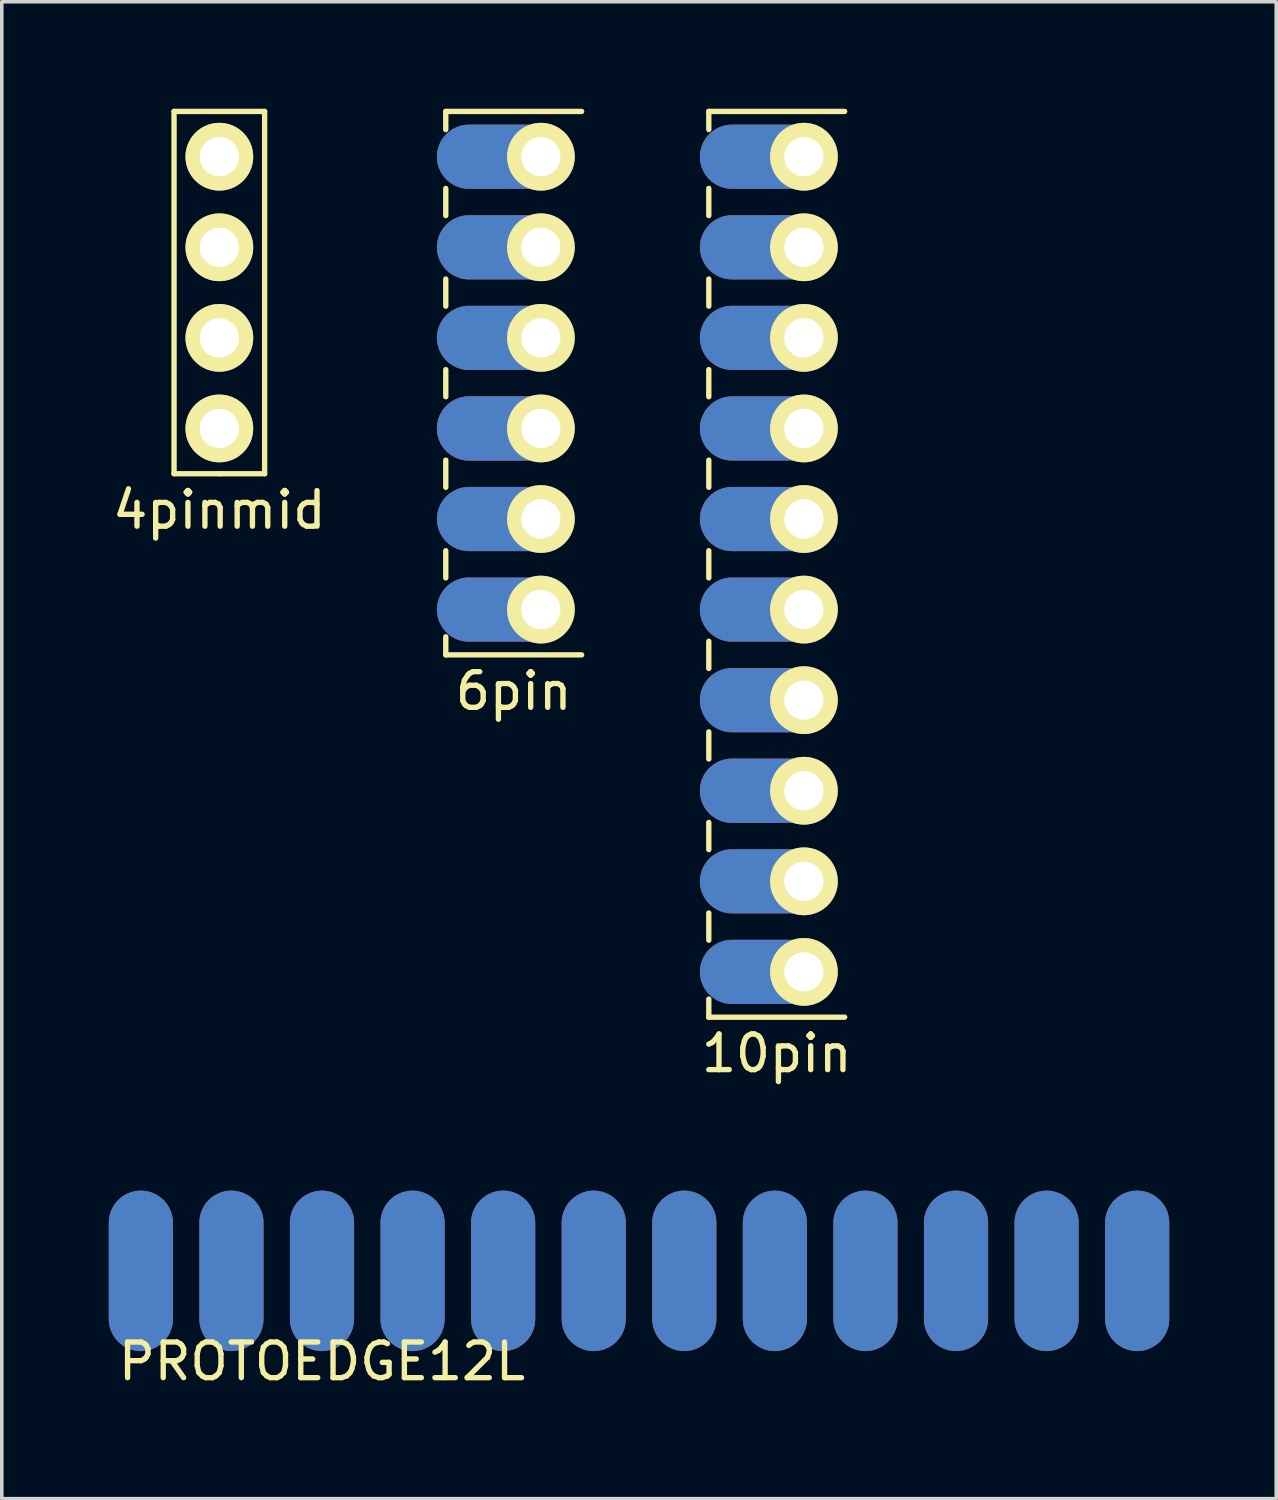
<source format=kicad_pcb>
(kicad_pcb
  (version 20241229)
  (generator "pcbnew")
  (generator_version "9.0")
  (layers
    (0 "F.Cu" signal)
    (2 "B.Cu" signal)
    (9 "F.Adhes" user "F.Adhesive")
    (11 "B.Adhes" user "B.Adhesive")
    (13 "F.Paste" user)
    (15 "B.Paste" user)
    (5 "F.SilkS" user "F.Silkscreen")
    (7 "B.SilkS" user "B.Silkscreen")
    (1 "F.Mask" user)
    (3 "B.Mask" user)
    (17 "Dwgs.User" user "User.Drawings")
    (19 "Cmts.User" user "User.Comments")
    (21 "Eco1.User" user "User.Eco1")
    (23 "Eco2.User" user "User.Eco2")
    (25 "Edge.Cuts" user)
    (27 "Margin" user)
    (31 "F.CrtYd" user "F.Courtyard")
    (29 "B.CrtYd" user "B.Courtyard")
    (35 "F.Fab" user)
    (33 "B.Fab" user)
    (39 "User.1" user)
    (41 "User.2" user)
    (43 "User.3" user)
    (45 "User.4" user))
  (footprint "6pin"
    (layer "F.Cu")
    (at 13.261 14.045)
    (property "Reference" "6pin" (at -1.905 2.286 0) (layer "F.SilkS") (effects (font (size 1 1) (thickness 0.15))))
    (attr through_hole)
    (fp_line (start -3.81 -13.97) (end -3.81 -13.462) (stroke (width 0.15) (type solid)) (layer "F.SilkS"))
    (fp_line (start -3.81 -11.811) (end -3.81 -11.049) (stroke (width 0.15) (type solid)) (layer "F.SilkS"))
    (fp_line (start -3.81 -9.271) (end -3.81 -8.509) (stroke (width 0.15) (type solid)) (layer "F.SilkS"))
    (fp_line (start -3.81 -6.731) (end -3.81 -5.969) (stroke (width 0.15) (type solid)) (layer "F.SilkS"))
    (fp_line (start -3.81 -4.191) (end -3.81 -3.429) (stroke (width 0.15) (type solid)) (layer "F.SilkS"))
    (fp_line (start -3.81 -1.651) (end -3.81 -0.889) (stroke (width 0.15) (type solid)) (layer "F.SilkS"))
    (fp_line (start -3.81 1.27) (end -3.81 0.762) (stroke (width 0.15) (type solid)) (layer "F.SilkS"))
    (fp_line (start 0 -13.97) (end -3.81 -13.97) (stroke (width 0.15) (type solid)) (layer "F.SilkS"))
    (fp_line (start 0 1.27) (end -3.81 1.27) (stroke (width 0.15) (type solid)) (layer "F.SilkS"))
    (pad "1" smd oval (at -2.159 0) (size 3.8 1.8) (layers "F.Cu" "F.Mask" "F.Paste"))
    (pad "1" smd oval (at -2.159 0) (size 3.8 1.8) (layers "B.Cu" "B.Mask" "B.Paste"))
    (pad "1" thru_hole circle (at -1.143 0) (size 1.9 1.9) (drill 1.1) (layers "*.Cu" "*.Mask" "F.SilkS"))
    (pad "2" smd oval (at -2.159 -2.54) (size 3.8 1.8) (layers "F.Cu" "F.Mask" "F.Paste"))
    (pad "2" smd oval (at -2.159 -2.54) (size 3.8 1.8) (layers "B.Cu" "B.Mask" "B.Paste"))
    (pad "2" thru_hole circle (at -1.143 -2.54) (size 1.9 1.9) (drill 1.1) (layers "*.Cu" "*.Mask" "F.SilkS"))
    (pad "3" smd oval (at -2.159 -5.08) (size 3.8 1.8) (layers "F.Cu" "F.Mask" "F.Paste"))
    (pad "3" smd oval (at -2.159 -5.08) (size 3.8 1.8) (layers "F.Cu" "F.Mask" "F.Paste"))
    (pad "3" smd oval (at -2.159 -5.08) (size 3.8 1.8) (layers "B.Cu" "B.Mask" "B.Paste"))
    (pad "3" thru_hole circle (at -1.143 -5.08) (size 1.9 1.9) (drill 1.1) (layers "*.Cu" "*.Mask" "F.SilkS"))
    (pad "4" smd oval (at -2.159 -7.62) (size 3.8 1.8) (layers "F.Cu" "F.Mask" "F.Paste"))
    (pad "4" smd oval (at -2.159 -7.62) (size 3.8 1.8) (layers "B.Cu" "B.Mask" "B.Paste"))
    (pad "4" thru_hole circle (at -1.143 -7.62) (size 1.9 1.9) (drill 1.1) (layers "*.Cu" "*.Mask" "F.SilkS"))
    (pad "5" smd oval (at -2.159 -10.16) (size 3.8 1.8) (layers "F.Cu" "F.Mask" "F.Paste"))
    (pad "5" smd oval (at -2.159 -10.16) (size 3.8 1.8) (layers "B.Cu" "B.Mask" "B.Paste"))
    (pad "5" thru_hole circle (at -1.143 -10.16) (size 1.9 1.9) (drill 1.1) (layers "*.Cu" "*.Mask" "F.SilkS"))
    (pad "6" smd oval (at -2.159 -12.7) (size 3.8 1.8) (layers "F.Cu" "F.Mask" "F.Paste"))
    (pad "6" smd oval (at -2.159 -12.7) (size 3.8 1.8) (layers "B.Cu" "B.Mask" "B.Paste"))
    (pad "6" thru_hole circle (at -1.143 -12.7) (size 1.9 1.9) (drill 1.1) (layers "*.Cu" "*.Mask" "F.SilkS")))
  (footprint "4pinmid"
    (layer "F.Cu")
    (at 3.101 8.965)
    (property "Reference" "4pinmid" (at 0 2.286 0) (layer "F.SilkS") (effects (font (size 1 1) (thickness 0.15))))
    (attr through_hole)
    (fp_line (start -1.27 -8.89) (end 1.27 -8.89) (stroke (width 0.15) (type solid)) (layer "F.SilkS"))
    (fp_line (start -1.27 1.27) (end -1.27 -8.89) (stroke (width 0.15) (type solid)) (layer "F.SilkS"))
    (fp_line (start -1.27 1.27) (end 0 1.27) (stroke (width 0.15) (type solid)) (layer "F.SilkS"))
    (fp_line (start 0 1.27) (end 1.27 1.27) (stroke (width 0.15) (type solid)) (layer "F.SilkS"))
    (fp_line (start 1.27 -8.89) (end 1.27 1.27) (stroke (width 0.15) (type solid)) (layer "F.SilkS"))
    (pad "1" thru_hole circle (at 0 0) (size 1.9 1.9) (drill 1.1) (layers "*.Cu" "*.Mask" "F.SilkS"))
    (pad "2" thru_hole circle (at 0 -2.54) (size 1.9 1.9) (drill 1.1) (layers "*.Cu" "*.Mask" "F.SilkS"))
    (pad "3" thru_hole circle (at 0 -5.08) (size 1.9 1.9) (drill 1.1) (layers "*.Cu" "*.Mask" "F.SilkS"))
    (pad "4" thru_hole circle (at 0 -7.62) (size 1.9 1.9) (drill 1.1) (layers "*.Cu" "*.Mask" "F.SilkS")))
  (footprint "PROTOEDGE12L"
    (layer "F.Cu")
    (at 0.9 32.589)
    (property "Reference" "PROTOEDGE12L" (at 5.08 2.54 0) (layer "F.SilkS") (effects (font (size 1 1) (thickness 0.15))))
    (attr through_hole)
    (pad "1" smd oval (at 0 0) (size 1.8 4.5) (layers "*.Paste" "*.Mask" "F.Cu"))
    (pad "2" smd oval (at 2.54 0) (size 1.8 4.5) (layers "*.Paste" "*.Mask" "F.Cu"))
    (pad "3" smd oval (at 5.08 0) (size 1.8 4.5) (layers "*.Paste" "*.Mask" "F.Cu"))
    (pad "4" smd oval (at 7.62 0) (size 1.8 4.5) (layers "*.Paste" "*.Mask" "F.Cu"))
    (pad "5" smd oval (at 10.16 0) (size 1.8 4.5) (layers "*.Paste" "*.Mask" "F.Cu"))
    (pad "6" smd oval (at 12.7 0) (size 1.8 4.5) (layers "*.Paste" "*.Mask" "F.Cu"))
    (pad "7" smd oval (at 15.24 0) (size 1.8 4.5) (layers "*.Paste" "*.Mask" "F.Cu"))
    (pad "8" smd oval (at 17.78 0) (size 1.8 4.5) (layers "*.Paste" "*.Mask" "F.Cu"))
    (pad "9" smd oval (at 20.32 0) (size 1.8 4.5) (layers "*.Paste" "*.Mask" "F.Cu"))
    (pad "10" smd oval (at 22.86 0) (size 1.8 4.5) (layers "*.Paste" "*.Mask" "F.Cu"))
    (pad "11" smd oval (at 25.4 0) (size 1.8 4.5) (layers "*.Paste" "*.Mask" "F.Cu"))
    (pad "12" smd oval (at 27.94 0) (size 1.8 4.5) (layers "*.Paste" "*.Mask" "F.Cu"))
    (pad "13" smd oval (at 0 0) (size 1.8 4.5) (layers "B.Cu" "B.Mask" "B.Paste"))
    (pad "14" smd oval (at 2.54 0) (size 1.8 4.5) (layers "B.Cu" "B.Mask" "B.Paste"))
    (pad "15" smd oval (at 5.08 0) (size 1.8 4.5) (layers "B.Cu" "B.Mask" "B.Paste"))
    (pad "16" smd oval (at 7.62 0) (size 1.8 4.5) (layers "B.Cu" "B.Mask" "B.Paste"))
    (pad "17" smd oval (at 10.16 0) (size 1.8 4.5) (layers "B.Cu" "B.Mask" "B.Paste"))
    (pad "18" smd oval (at 12.7 0) (size 1.8 4.5) (layers "B.Cu" "B.Mask" "B.Paste"))
    (pad "19" smd oval (at 15.24 0) (size 1.8 4.5) (layers "B.Cu" "B.Mask" "B.Paste"))
    (pad "20" smd oval (at 17.78 0) (size 1.8 4.5) (layers "B.Cu" "B.Mask" "B.Paste"))
    (pad "21" smd oval (at 20.32 0) (size 1.8 4.5) (layers "B.Cu" "B.Mask" "B.Paste"))
    (pad "22" smd oval (at 22.86 0) (size 1.8 4.5) (layers "B.Cu" "B.Mask" "B.Paste"))
    (pad "23" smd oval (at 25.4 0) (size 1.8 4.5) (layers "B.Cu" "B.Mask" "B.Paste"))
    (pad "24" smd oval (at 27.94 0) (size 1.8 4.5) (layers "B.Cu" "B.Mask" "B.Paste")))
  (footprint "10pin"
    (layer "F.Cu")
    (at 20.637 24.205)
    (property "Reference" "10pin" (at -1.905 2.286 0) (layer "F.SilkS") (effects (font (size 1 1) (thickness 0.15))))
    (attr through_hole)
    (fp_line (start -3.81 -24.13) (end -3.81 -23.622) (stroke (width 0.15) (type solid)) (layer "F.SilkS"))
    (fp_line (start -3.81 -21.971) (end -3.81 -21.209) (stroke (width 0.15) (type solid)) (layer "F.SilkS"))
    (fp_line (start -3.81 -19.431) (end -3.81 -18.669) (stroke (width 0.15) (type solid)) (layer "F.SilkS"))
    (fp_line (start -3.81 -16.891) (end -3.81 -16.129) (stroke (width 0.15) (type solid)) (layer "F.SilkS"))
    (fp_line (start -3.81 -14.351) (end -3.81 -13.589) (stroke (width 0.15) (type solid)) (layer "F.SilkS"))
    (fp_line (start -3.81 -11.811) (end -3.81 -11.049) (stroke (width 0.15) (type solid)) (layer "F.SilkS"))
    (fp_line (start -3.81 -9.271) (end -3.81 -8.509) (stroke (width 0.15) (type solid)) (layer "F.SilkS"))
    (fp_line (start -3.81 -6.731) (end -3.81 -5.969) (stroke (width 0.15) (type solid)) (layer "F.SilkS"))
    (fp_line (start -3.81 -4.191) (end -3.81 -3.429) (stroke (width 0.15) (type solid)) (layer "F.SilkS"))
    (fp_line (start -3.81 -1.651) (end -3.81 -0.889) (stroke (width 0.15) (type solid)) (layer "F.SilkS"))
    (fp_line (start -3.81 1.27) (end -3.81 0.762) (stroke (width 0.15) (type solid)) (layer "F.SilkS"))
    (fp_line (start 0 -24.13) (end -3.81 -24.13) (stroke (width 0.15) (type solid)) (layer "F.SilkS"))
    (fp_line (start 0 1.27) (end -3.81 1.27) (stroke (width 0.15) (type solid)) (layer "F.SilkS"))
    (pad "1" smd oval (at -2.159 0) (size 3.8 1.8) (layers "F.Cu" "F.Mask" "F.Paste"))
    (pad "1" smd oval (at -2.159 0) (size 3.8 1.8) (layers "B.Cu" "B.Mask" "B.Paste"))
    (pad "1" thru_hole circle (at -1.143 0) (size 1.9 1.9) (drill 1.1) (layers "*.Cu" "*.Mask" "F.SilkS"))
    (pad "2" smd oval (at -2.159 -2.54) (size 3.8 1.8) (layers "F.Cu" "F.Mask" "F.Paste"))
    (pad "2" smd oval (at -2.159 -2.54) (size 3.8 1.8) (layers "B.Cu" "B.Mask" "B.Paste"))
    (pad "2" thru_hole circle (at -1.143 -2.54) (size 1.9 1.9) (drill 1.1) (layers "*.Cu" "*.Mask" "F.SilkS"))
    (pad "3" smd oval (at -2.159 -5.08) (size 3.8 1.8) (layers "F.Cu" "F.Mask" "F.Paste"))
    (pad "3" smd oval (at -2.159 -5.08) (size 3.8 1.8) (layers "F.Cu" "F.Mask" "F.Paste"))
    (pad "3" smd oval (at -2.159 -5.08) (size 3.8 1.8) (layers "B.Cu" "B.Mask" "B.Paste"))
    (pad "3" thru_hole circle (at -1.143 -5.08) (size 1.9 1.9) (drill 1.1) (layers "*.Cu" "*.Mask" "F.SilkS"))
    (pad "4" smd oval (at -2.159 -7.62) (size 3.8 1.8) (layers "F.Cu" "F.Mask" "F.Paste"))
    (pad "4" smd oval (at -2.159 -7.62) (size 3.8 1.8) (layers "B.Cu" "B.Mask" "B.Paste"))
    (pad "4" thru_hole circle (at -1.143 -7.62) (size 1.9 1.9) (drill 1.1) (layers "*.Cu" "*.Mask" "F.SilkS"))
    (pad "5" smd oval (at -2.159 -10.16) (size 3.8 1.8) (layers "F.Cu" "F.Mask" "F.Paste"))
    (pad "5" smd oval (at -2.159 -10.16) (size 3.8 1.8) (layers "B.Cu" "B.Mask" "B.Paste"))
    (pad "5" thru_hole circle (at -1.143 -10.16) (size 1.9 1.9) (drill 1.1) (layers "*.Cu" "*.Mask" "F.SilkS"))
    (pad "6" smd oval (at -2.159 -12.7) (size 3.8 1.8) (layers "F.Cu" "F.Mask" "F.Paste"))
    (pad "6" smd oval (at -2.159 -12.7) (size 3.8 1.8) (layers "B.Cu" "B.Mask" "B.Paste"))
    (pad "6" thru_hole circle (at -1.143 -12.7) (size 1.9 1.9) (drill 1.1) (layers "*.Cu" "*.Mask" "F.SilkS"))
    (pad "7" smd oval (at -2.159 -15.24) (size 3.8 1.8) (layers "F.Cu" "F.Mask" "F.Paste"))
    (pad "7" smd oval (at -2.159 -15.24) (size 3.8 1.8) (layers "B.Cu" "B.Mask" "B.Paste"))
    (pad "7" thru_hole circle (at -1.143 -15.24) (size 1.9 1.9) (drill 1.1) (layers "*.Cu" "*.Mask" "F.SilkS"))
    (pad "8" smd oval (at -2.159 -17.78) (size 3.8 1.8) (layers "F.Cu" "F.Mask" "F.Paste"))
    (pad "8" smd oval (at -2.159 -17.78) (size 3.8 1.8) (layers "B.Cu" "B.Mask" "B.Paste"))
    (pad "8" thru_hole circle (at -1.143 -17.78) (size 1.9 1.9) (drill 1.1) (layers "*.Cu" "*.Mask" "F.SilkS"))
    (pad "9" smd oval (at -2.159 -20.32) (size 3.8 1.8) (layers "F.Cu" "F.Mask" "F.Paste"))
    (pad "9" smd oval (at -2.159 -20.32) (size 3.8 1.8) (layers "B.Cu" "B.Mask" "B.Paste"))
    (pad "9" thru_hole circle (at -1.143 -20.32) (size 1.9 1.9) (drill 1.1) (layers "*.Cu" "*.Mask" "F.SilkS"))
    (pad "10" smd oval (at -2.159 -22.86) (size 3.8 1.8) (layers "F.Cu" "F.Mask" "F.Paste"))
    (pad "10" smd oval (at -2.159 -22.86) (size 3.8 1.8) (layers "B.Cu" "B.Mask" "B.Paste"))
    (pad "10" thru_hole circle (at -1.143 -22.86) (size 1.9 1.9) (drill 1.1) (layers "*.Cu" "*.Mask" "F.SilkS")))
  (gr_rect
    (start -3 -3)
    (end 32.74 38.977)
    (stroke (width 0.1) (type default))
    (fill no)
    (layer "Edge.Cuts")))
</source>
